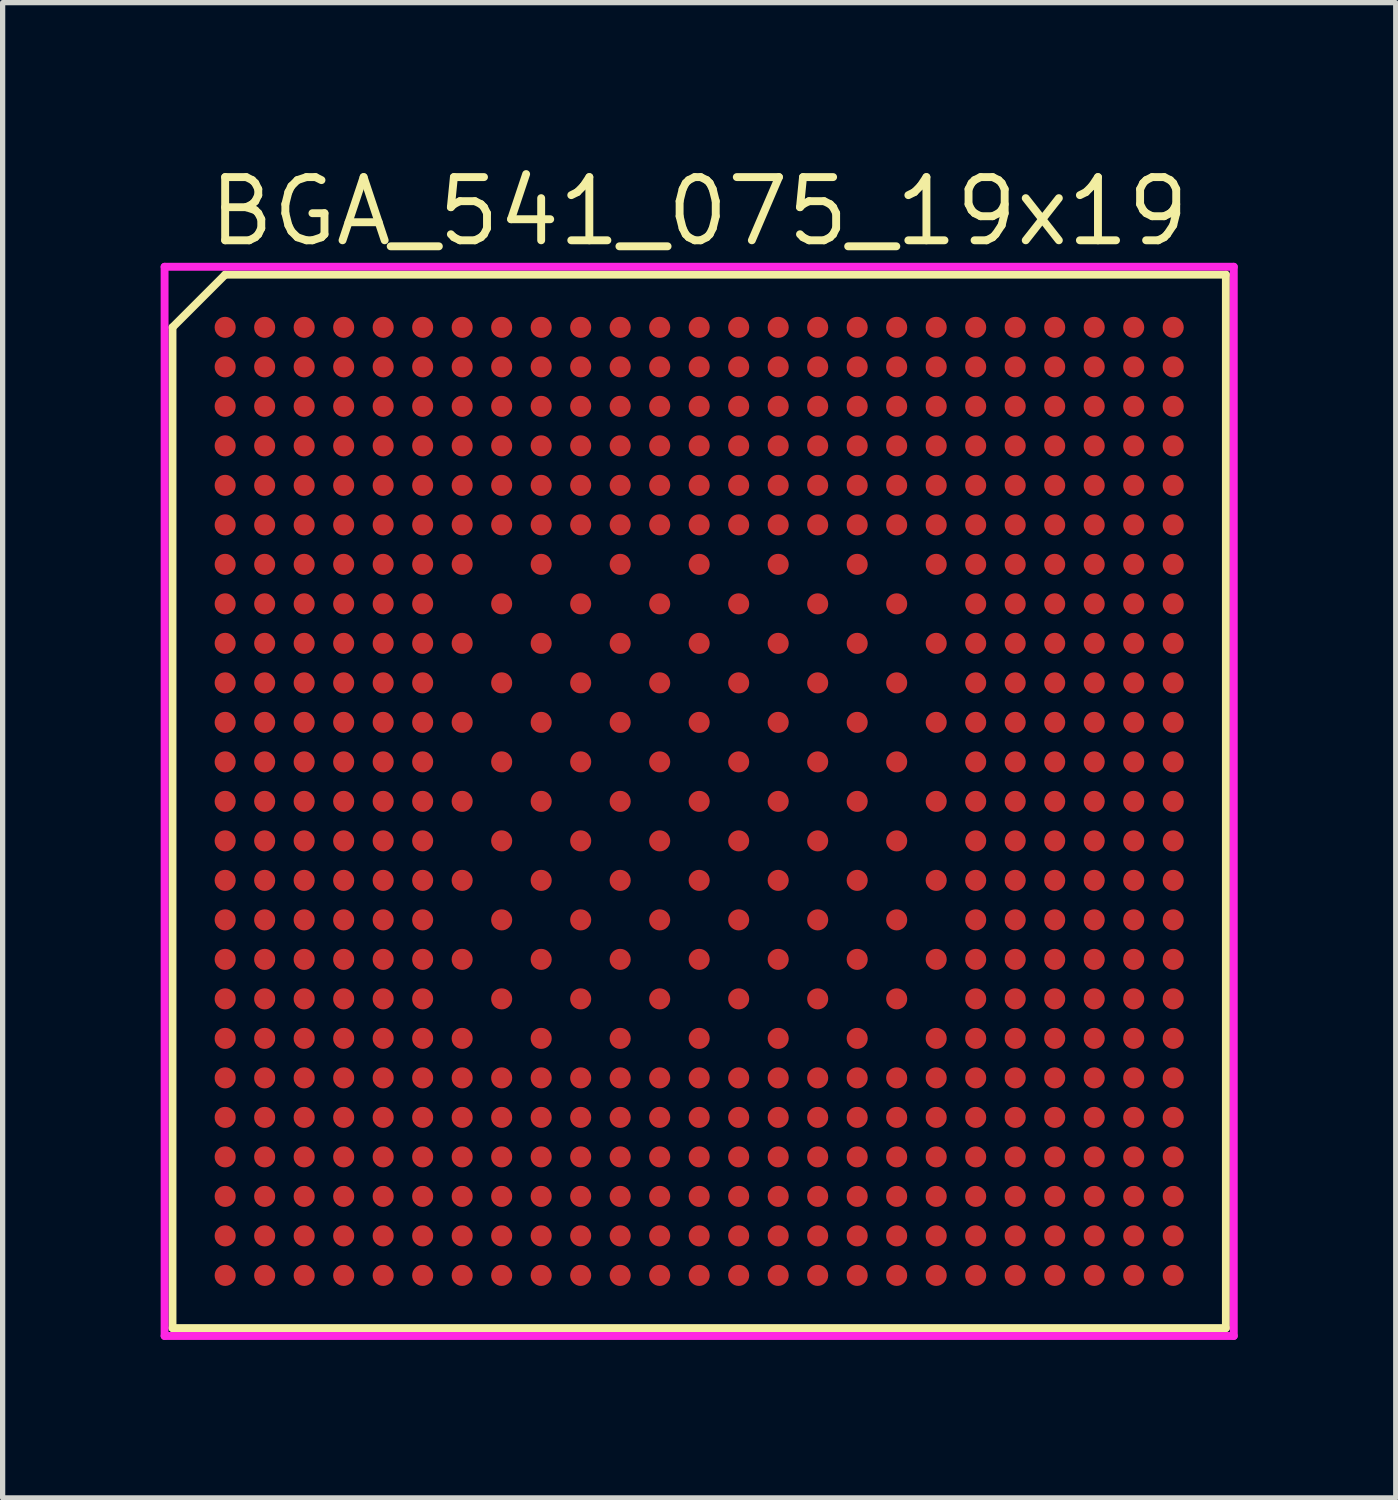
<source format=kicad_pcb>
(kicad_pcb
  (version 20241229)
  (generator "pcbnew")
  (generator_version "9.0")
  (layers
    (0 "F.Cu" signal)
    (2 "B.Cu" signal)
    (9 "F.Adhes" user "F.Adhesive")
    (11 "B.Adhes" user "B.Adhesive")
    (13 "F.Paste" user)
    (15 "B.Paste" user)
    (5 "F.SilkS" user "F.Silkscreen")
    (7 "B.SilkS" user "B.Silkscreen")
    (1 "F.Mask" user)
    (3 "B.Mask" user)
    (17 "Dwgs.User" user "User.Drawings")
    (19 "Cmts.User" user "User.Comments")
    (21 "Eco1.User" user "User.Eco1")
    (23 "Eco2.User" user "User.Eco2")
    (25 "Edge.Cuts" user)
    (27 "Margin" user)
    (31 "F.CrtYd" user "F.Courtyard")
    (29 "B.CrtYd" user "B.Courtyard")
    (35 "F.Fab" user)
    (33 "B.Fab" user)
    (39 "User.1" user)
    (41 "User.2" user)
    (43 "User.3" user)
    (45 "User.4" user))
  (footprint "BGA_541_075_19x19"
    (layer "F.Cu")
    (at 10.225 12.165)
    (property "Reference" "BGA_541_075_19x19" (at 0 -11.2 0) (layer "F.SilkS") (effects (font (size 1.2 1.2) (thickness 0.15))))
    (attr through_hole)
    (fp_line (start -10 -9) (end -10 10) (stroke (width 0.15) (type solid)) (layer "F.SilkS"))
    (fp_line (start -10 10) (end 10 10) (stroke (width 0.15) (type solid)) (layer "F.SilkS"))
    (fp_line (start -9 -10) (end -10 -9) (stroke (width 0.15) (type solid)) (layer "F.SilkS"))
    (fp_line (start 10 -10) (end -9 -10) (stroke (width 0.15) (type solid)) (layer "F.SilkS"))
    (fp_line (start 10 10) (end 10 -10) (stroke (width 0.15) (type solid)) (layer "F.SilkS"))
    (fp_line (start -10.15 -10.15) (end 10.15 -10.15) (stroke (width 0.15) (type solid)) (layer "F.CrtYd"))
    (fp_line (start -10.15 10.15) (end -10.15 -10.15) (stroke (width 0.15) (type solid)) (layer "F.CrtYd"))
    (fp_line (start 10.15 -10.15) (end 10.15 10.15) (stroke (width 0.15) (type solid)) (layer "F.CrtYd"))
    (fp_line (start 10.15 10.15) (end -10.15 10.15) (stroke (width 0.15) (type solid)) (layer "F.CrtYd"))
    (pad "A1" smd circle (at -9 -9) (size 0.4 0.4) (layers "F.Cu" "F.Mask" "F.Paste"))
    (pad "A2" smd circle (at -8.25 -9) (size 0.4 0.4) (layers "F.Cu" "F.Mask" "F.Paste"))
    (pad "A3" smd circle (at -7.5 -9) (size 0.4 0.4) (layers "F.Cu" "F.Mask" "F.Paste"))
    (pad "A4" smd circle (at -6.75 -9) (size 0.4 0.4) (layers "F.Cu" "F.Mask" "F.Paste"))
    (pad "A5" smd circle (at -6 -9) (size 0.4 0.4) (layers "F.Cu" "F.Mask" "F.Paste"))
    (pad "A6" smd circle (at -5.25 -9) (size 0.4 0.4) (layers "F.Cu" "F.Mask" "F.Paste"))
    (pad "A7" smd circle (at -4.5 -9) (size 0.4 0.4) (layers "F.Cu" "F.Mask" "F.Paste"))
    (pad "A8" smd circle (at -3.75 -9) (size 0.4 0.4) (layers "F.Cu" "F.Mask" "F.Paste"))
    (pad "A9" smd circle (at -3 -9) (size 0.4 0.4) (layers "F.Cu" "F.Mask" "F.Paste"))
    (pad "A10" smd circle (at -2.25 -9) (size 0.4 0.4) (layers "F.Cu" "F.Mask" "F.Paste"))
    (pad "A11" smd circle (at -1.5 -9) (size 0.4 0.4) (layers "F.Cu" "F.Mask" "F.Paste"))
    (pad "A12" smd circle (at -0.75 -9) (size 0.4 0.4) (layers "F.Cu" "F.Mask" "F.Paste"))
    (pad "A13" smd circle (at 0 -9) (size 0.4 0.4) (layers "F.Cu" "F.Mask" "F.Paste"))
    (pad "A14" smd circle (at 0.75 -9) (size 0.4 0.4) (layers "F.Cu" "F.Mask" "F.Paste"))
    (pad "A15" smd circle (at 1.5 -9) (size 0.4 0.4) (layers "F.Cu" "F.Mask" "F.Paste"))
    (pad "A16" smd circle (at 2.25 -9) (size 0.4 0.4) (layers "F.Cu" "F.Mask" "F.Paste"))
    (pad "A17" smd circle (at 3 -9) (size 0.4 0.4) (layers "F.Cu" "F.Mask" "F.Paste"))
    (pad "A18" smd circle (at 3.75 -9) (size 0.4 0.4) (layers "F.Cu" "F.Mask" "F.Paste"))
    (pad "A19" smd circle (at 4.5 -9) (size 0.4 0.4) (layers "F.Cu" "F.Mask" "F.Paste"))
    (pad "A20" smd circle (at 5.25 -9) (size 0.4 0.4) (layers "F.Cu" "F.Mask" "F.Paste"))
    (pad "A21" smd circle (at 6 -9) (size 0.4 0.4) (layers "F.Cu" "F.Mask" "F.Paste"))
    (pad "A22" smd circle (at 6.75 -9) (size 0.4 0.4) (layers "F.Cu" "F.Mask" "F.Paste"))
    (pad "A23" smd circle (at 7.5 -9) (size 0.4 0.4) (layers "F.Cu" "F.Mask" "F.Paste"))
    (pad "A24" smd circle (at 8.25 -9) (size 0.4 0.4) (layers "F.Cu" "F.Mask" "F.Paste"))
    (pad "A25" smd circle (at 9 -9) (size 0.4 0.4) (layers "F.Cu" "F.Mask" "F.Paste"))
    (pad "AA1" smd circle (at -9 6) (size 0.4 0.4) (layers "F.Cu" "F.Mask" "F.Paste"))
    (pad "AA2" smd circle (at -8.25 6) (size 0.4 0.4) (layers "F.Cu" "F.Mask" "F.Paste"))
    (pad "AA3" smd circle (at -7.5 6) (size 0.4 0.4) (layers "F.Cu" "F.Mask" "F.Paste"))
    (pad "AA4" smd circle (at -6.75 6) (size 0.4 0.4) (layers "F.Cu" "F.Mask" "F.Paste"))
    (pad "AA5" smd circle (at -6 6) (size 0.4 0.4) (layers "F.Cu" "F.Mask" "F.Paste"))
    (pad "AA6" smd circle (at -5.25 6) (size 0.4 0.4) (layers "F.Cu" "F.Mask" "F.Paste"))
    (pad "AA7" smd circle (at -4.5 6) (size 0.4 0.4) (layers "F.Cu" "F.Mask" "F.Paste"))
    (pad "AA8" smd circle (at -3.75 6) (size 0.4 0.4) (layers "F.Cu" "F.Mask" "F.Paste"))
    (pad "AA9" smd circle (at -3 6) (size 0.4 0.4) (layers "F.Cu" "F.Mask" "F.Paste"))
    (pad "AA10" smd circle (at -2.25 6) (size 0.4 0.4) (layers "F.Cu" "F.Mask" "F.Paste"))
    (pad "AA11" smd circle (at -1.5 6) (size 0.4 0.4) (layers "F.Cu" "F.Mask" "F.Paste"))
    (pad "AA12" smd circle (at -0.75 6) (size 0.4 0.4) (layers "F.Cu" "F.Mask" "F.Paste"))
    (pad "AA13" smd circle (at 0 6) (size 0.4 0.4) (layers "F.Cu" "F.Mask" "F.Paste"))
    (pad "AA14" smd circle (at 0.75 6) (size 0.4 0.4) (layers "F.Cu" "F.Mask" "F.Paste"))
    (pad "AA15" smd circle (at 1.5 6) (size 0.4 0.4) (layers "F.Cu" "F.Mask" "F.Paste"))
    (pad "AA16" smd circle (at 2.25 6) (size 0.4 0.4) (layers "F.Cu" "F.Mask" "F.Paste"))
    (pad "AA17" smd circle (at 3 6) (size 0.4 0.4) (layers "F.Cu" "F.Mask" "F.Paste"))
    (pad "AA18" smd circle (at 3.75 6) (size 0.4 0.4) (layers "F.Cu" "F.Mask" "F.Paste"))
    (pad "AA19" smd circle (at 4.5 6) (size 0.4 0.4) (layers "F.Cu" "F.Mask" "F.Paste"))
    (pad "AA20" smd circle (at 5.25 6) (size 0.4 0.4) (layers "F.Cu" "F.Mask" "F.Paste"))
    (pad "AA21" smd circle (at 6 6) (size 0.4 0.4) (layers "F.Cu" "F.Mask" "F.Paste"))
    (pad "AA22" smd circle (at 6.75 6) (size 0.4 0.4) (layers "F.Cu" "F.Mask" "F.Paste"))
    (pad "AA23" smd circle (at 7.5 6) (size 0.4 0.4) (layers "F.Cu" "F.Mask" "F.Paste"))
    (pad "AA24" smd circle (at 8.25 6) (size 0.4 0.4) (layers "F.Cu" "F.Mask" "F.Paste"))
    (pad "AA25" smd circle (at 9 6) (size 0.4 0.4) (layers "F.Cu" "F.Mask" "F.Paste"))
    (pad "AB1" smd circle (at -9 6.75) (size 0.4 0.4) (layers "F.Cu" "F.Mask" "F.Paste"))
    (pad "AB2" smd circle (at -8.25 6.75) (size 0.4 0.4) (layers "F.Cu" "F.Mask" "F.Paste"))
    (pad "AB3" smd circle (at -7.5 6.75) (size 0.4 0.4) (layers "F.Cu" "F.Mask" "F.Paste"))
    (pad "AB4" smd circle (at -6.75 6.75) (size 0.4 0.4) (layers "F.Cu" "F.Mask" "F.Paste"))
    (pad "AB5" smd circle (at -6 6.75) (size 0.4 0.4) (layers "F.Cu" "F.Mask" "F.Paste"))
    (pad "AB6" smd circle (at -5.25 6.75) (size 0.4 0.4) (layers "F.Cu" "F.Mask" "F.Paste"))
    (pad "AB7" smd circle (at -4.5 6.75) (size 0.4 0.4) (layers "F.Cu" "F.Mask" "F.Paste"))
    (pad "AB8" smd circle (at -3.75 6.75) (size 0.4 0.4) (layers "F.Cu" "F.Mask" "F.Paste"))
    (pad "AB9" smd circle (at -3 6.75) (size 0.4 0.4) (layers "F.Cu" "F.Mask" "F.Paste"))
    (pad "AB10" smd circle (at -2.25 6.75) (size 0.4 0.4) (layers "F.Cu" "F.Mask" "F.Paste"))
    (pad "AB11" smd circle (at -1.5 6.75) (size 0.4 0.4) (layers "F.Cu" "F.Mask" "F.Paste"))
    (pad "AB12" smd circle (at -0.75 6.75) (size 0.4 0.4) (layers "F.Cu" "F.Mask" "F.Paste"))
    (pad "AB13" smd circle (at 0 6.75) (size 0.4 0.4) (layers "F.Cu" "F.Mask" "F.Paste"))
    (pad "AB14" smd circle (at 0.75 6.75) (size 0.4 0.4) (layers "F.Cu" "F.Mask" "F.Paste"))
    (pad "AB15" smd circle (at 1.5 6.75) (size 0.4 0.4) (layers "F.Cu" "F.Mask" "F.Paste"))
    (pad "AB16" smd circle (at 2.25 6.75) (size 0.4 0.4) (layers "F.Cu" "F.Mask" "F.Paste"))
    (pad "AB17" smd circle (at 3 6.75) (size 0.4 0.4) (layers "F.Cu" "F.Mask" "F.Paste"))
    (pad "AB18" smd circle (at 3.75 6.75) (size 0.4 0.4) (layers "F.Cu" "F.Mask" "F.Paste"))
    (pad "AB19" smd circle (at 4.5 6.75) (size 0.4 0.4) (layers "F.Cu" "F.Mask" "F.Paste"))
    (pad "AB20" smd circle (at 5.25 6.75) (size 0.4 0.4) (layers "F.Cu" "F.Mask" "F.Paste"))
    (pad "AB21" smd circle (at 6 6.75) (size 0.4 0.4) (layers "F.Cu" "F.Mask" "F.Paste"))
    (pad "AB22" smd circle (at 6.75 6.75) (size 0.4 0.4) (layers "F.Cu" "F.Mask" "F.Paste"))
    (pad "AB23" smd circle (at 7.5 6.75) (size 0.4 0.4) (layers "F.Cu" "F.Mask" "F.Paste"))
    (pad "AB24" smd circle (at 8.25 6.75) (size 0.4 0.4) (layers "F.Cu" "F.Mask" "F.Paste"))
    (pad "AB25" smd circle (at 9 6.75) (size 0.4 0.4) (layers "F.Cu" "F.Mask" "F.Paste"))
    (pad "AC1" smd circle (at -9 7.5) (size 0.4 0.4) (layers "F.Cu" "F.Mask" "F.Paste"))
    (pad "AC2" smd circle (at -8.25 7.5) (size 0.4 0.4) (layers "F.Cu" "F.Mask" "F.Paste"))
    (pad "AC3" smd circle (at -7.5 7.5) (size 0.4 0.4) (layers "F.Cu" "F.Mask" "F.Paste"))
    (pad "AC4" smd circle (at -6.75 7.5) (size 0.4 0.4) (layers "F.Cu" "F.Mask" "F.Paste"))
    (pad "AC5" smd circle (at -6 7.5) (size 0.4 0.4) (layers "F.Cu" "F.Mask" "F.Paste"))
    (pad "AC6" smd circle (at -5.25 7.5) (size 0.4 0.4) (layers "F.Cu" "F.Mask" "F.Paste"))
    (pad "AC7" smd circle (at -4.5 7.5) (size 0.4 0.4) (layers "F.Cu" "F.Mask" "F.Paste"))
    (pad "AC8" smd circle (at -3.75 7.5) (size 0.4 0.4) (layers "F.Cu" "F.Mask" "F.Paste"))
    (pad "AC9" smd circle (at -3 7.5) (size 0.4 0.4) (layers "F.Cu" "F.Mask" "F.Paste"))
    (pad "AC10" smd circle (at -2.25 7.5) (size 0.4 0.4) (layers "F.Cu" "F.Mask" "F.Paste"))
    (pad "AC11" smd circle (at -1.5 7.5) (size 0.4 0.4) (layers "F.Cu" "F.Mask" "F.Paste"))
    (pad "AC12" smd circle (at -0.75 7.5) (size 0.4 0.4) (layers "F.Cu" "F.Mask" "F.Paste"))
    (pad "AC13" smd circle (at 0 7.5) (size 0.4 0.4) (layers "F.Cu" "F.Mask" "F.Paste"))
    (pad "AC14" smd circle (at 0.75 7.5) (size 0.4 0.4) (layers "F.Cu" "F.Mask" "F.Paste"))
    (pad "AC15" smd circle (at 1.5 7.5) (size 0.4 0.4) (layers "F.Cu" "F.Mask" "F.Paste"))
    (pad "AC16" smd circle (at 2.25 7.5) (size 0.4 0.4) (layers "F.Cu" "F.Mask" "F.Paste"))
    (pad "AC17" smd circle (at 3 7.5) (size 0.4 0.4) (layers "F.Cu" "F.Mask" "F.Paste"))
    (pad "AC18" smd circle (at 3.75 7.5) (size 0.4 0.4) (layers "F.Cu" "F.Mask" "F.Paste"))
    (pad "AC19" smd circle (at 4.5 7.5) (size 0.4 0.4) (layers "F.Cu" "F.Mask" "F.Paste"))
    (pad "AC20" smd circle (at 5.25 7.5) (size 0.4 0.4) (layers "F.Cu" "F.Mask" "F.Paste"))
    (pad "AC21" smd circle (at 6 7.5) (size 0.4 0.4) (layers "F.Cu" "F.Mask" "F.Paste"))
    (pad "AC22" smd circle (at 6.75 7.5) (size 0.4 0.4) (layers "F.Cu" "F.Mask" "F.Paste"))
    (pad "AC23" smd circle (at 7.5 7.5) (size 0.4 0.4) (layers "F.Cu" "F.Mask" "F.Paste"))
    (pad "AC24" smd circle (at 8.25 7.5) (size 0.4 0.4) (layers "F.Cu" "F.Mask" "F.Paste"))
    (pad "AC25" smd circle (at 9 7.5) (size 0.4 0.4) (layers "F.Cu" "F.Mask" "F.Paste"))
    (pad "AD1" smd circle (at -9 8.25) (size 0.4 0.4) (layers "F.Cu" "F.Mask" "F.Paste"))
    (pad "AD2" smd circle (at -8.25 8.25) (size 0.4 0.4) (layers "F.Cu" "F.Mask" "F.Paste"))
    (pad "AD3" smd circle (at -7.5 8.25) (size 0.4 0.4) (layers "F.Cu" "F.Mask" "F.Paste"))
    (pad "AD4" smd circle (at -6.75 8.25) (size 0.4 0.4) (layers "F.Cu" "F.Mask" "F.Paste"))
    (pad "AD5" smd circle (at -6 8.25) (size 0.4 0.4) (layers "F.Cu" "F.Mask" "F.Paste"))
    (pad "AD6" smd circle (at -5.25 8.25) (size 0.4 0.4) (layers "F.Cu" "F.Mask" "F.Paste"))
    (pad "AD7" smd circle (at -4.5 8.25) (size 0.4 0.4) (layers "F.Cu" "F.Mask" "F.Paste"))
    (pad "AD8" smd circle (at -3.75 8.25) (size 0.4 0.4) (layers "F.Cu" "F.Mask" "F.Paste"))
    (pad "AD9" smd circle (at -3 8.25) (size 0.4 0.4) (layers "F.Cu" "F.Mask" "F.Paste"))
    (pad "AD10" smd circle (at -2.25 8.25) (size 0.4 0.4) (layers "F.Cu" "F.Mask" "F.Paste"))
    (pad "AD11" smd circle (at -1.5 8.25) (size 0.4 0.4) (layers "F.Cu" "F.Mask" "F.Paste"))
    (pad "AD12" smd circle (at -0.75 8.25) (size 0.4 0.4) (layers "F.Cu" "F.Mask" "F.Paste"))
    (pad "AD13" smd circle (at 0 8.25) (size 0.4 0.4) (layers "F.Cu" "F.Mask" "F.Paste"))
    (pad "AD14" smd circle (at 0.75 8.25) (size 0.4 0.4) (layers "F.Cu" "F.Mask" "F.Paste"))
    (pad "AD15" smd circle (at 1.5 8.25) (size 0.4 0.4) (layers "F.Cu" "F.Mask" "F.Paste"))
    (pad "AD16" smd circle (at 2.25 8.25) (size 0.4 0.4) (layers "F.Cu" "F.Mask" "F.Paste"))
    (pad "AD17" smd circle (at 3 8.25) (size 0.4 0.4) (layers "F.Cu" "F.Mask" "F.Paste"))
    (pad "AD18" smd circle (at 3.75 8.25) (size 0.4 0.4) (layers "F.Cu" "F.Mask" "F.Paste"))
    (pad "AD19" smd circle (at 4.5 8.25) (size 0.4 0.4) (layers "F.Cu" "F.Mask" "F.Paste"))
    (pad "AD20" smd circle (at 5.25 8.25) (size 0.4 0.4) (layers "F.Cu" "F.Mask" "F.Paste"))
    (pad "AD21" smd circle (at 6 8.25) (size 0.4 0.4) (layers "F.Cu" "F.Mask" "F.Paste"))
    (pad "AD22" smd circle (at 6.75 8.25) (size 0.4 0.4) (layers "F.Cu" "F.Mask" "F.Paste"))
    (pad "AD23" smd circle (at 7.5 8.25) (size 0.4 0.4) (layers "F.Cu" "F.Mask" "F.Paste"))
    (pad "AD24" smd circle (at 8.25 8.25) (size 0.4 0.4) (layers "F.Cu" "F.Mask" "F.Paste"))
    (pad "AD25" smd circle (at 9 8.25) (size 0.4 0.4) (layers "F.Cu" "F.Mask" "F.Paste"))
    (pad "AE1" smd circle (at -9 9) (size 0.4 0.4) (layers "F.Cu" "F.Mask" "F.Paste"))
    (pad "AE2" smd circle (at -8.25 9) (size 0.4 0.4) (layers "F.Cu" "F.Mask" "F.Paste"))
    (pad "AE3" smd circle (at -7.5 9) (size 0.4 0.4) (layers "F.Cu" "F.Mask" "F.Paste"))
    (pad "AE4" smd circle (at -6.75 9) (size 0.4 0.4) (layers "F.Cu" "F.Mask" "F.Paste"))
    (pad "AE5" smd circle (at -6 9) (size 0.4 0.4) (layers "F.Cu" "F.Mask" "F.Paste"))
    (pad "AE6" smd circle (at -5.25 9) (size 0.4 0.4) (layers "F.Cu" "F.Mask" "F.Paste"))
    (pad "AE7" smd circle (at -4.5 9) (size 0.4 0.4) (layers "F.Cu" "F.Mask" "F.Paste"))
    (pad "AE8" smd circle (at -3.75 9) (size 0.4 0.4) (layers "F.Cu" "F.Mask" "F.Paste"))
    (pad "AE9" smd circle (at -3 9) (size 0.4 0.4) (layers "F.Cu" "F.Mask" "F.Paste"))
    (pad "AE10" smd circle (at -2.25 9) (size 0.4 0.4) (layers "F.Cu" "F.Mask" "F.Paste"))
    (pad "AE11" smd circle (at -1.5 9) (size 0.4 0.4) (layers "F.Cu" "F.Mask" "F.Paste"))
    (pad "AE12" smd circle (at -0.75 9) (size 0.4 0.4) (layers "F.Cu" "F.Mask" "F.Paste"))
    (pad "AE13" smd circle (at 0 9) (size 0.4 0.4) (layers "F.Cu" "F.Mask" "F.Paste"))
    (pad "AE14" smd circle (at 0.75 9) (size 0.4 0.4) (layers "F.Cu" "F.Mask" "F.Paste"))
    (pad "AE15" smd circle (at 1.5 9) (size 0.4 0.4) (layers "F.Cu" "F.Mask" "F.Paste"))
    (pad "AE16" smd circle (at 2.25 9) (size 0.4 0.4) (layers "F.Cu" "F.Mask" "F.Paste"))
    (pad "AE17" smd circle (at 3 9) (size 0.4 0.4) (layers "F.Cu" "F.Mask" "F.Paste"))
    (pad "AE18" smd circle (at 3.75 9) (size 0.4 0.4) (layers "F.Cu" "F.Mask" "F.Paste"))
    (pad "AE19" smd circle (at 4.5 9) (size 0.4 0.4) (layers "F.Cu" "F.Mask" "F.Paste"))
    (pad "AE20" smd circle (at 5.25 9) (size 0.4 0.4) (layers "F.Cu" "F.Mask" "F.Paste"))
    (pad "AE21" smd circle (at 6 9) (size 0.4 0.4) (layers "F.Cu" "F.Mask" "F.Paste"))
    (pad "AE22" smd circle (at 6.75 9) (size 0.4 0.4) (layers "F.Cu" "F.Mask" "F.Paste"))
    (pad "AE23" smd circle (at 7.5 9) (size 0.4 0.4) (layers "F.Cu" "F.Mask" "F.Paste"))
    (pad "AE24" smd circle (at 8.25 9) (size 0.4 0.4) (layers "F.Cu" "F.Mask" "F.Paste"))
    (pad "AE25" smd circle (at 9 9) (size 0.4 0.4) (layers "F.Cu" "F.Mask" "F.Paste"))
    (pad "B1" smd circle (at -9 -8.25) (size 0.4 0.4) (layers "F.Cu" "F.Mask" "F.Paste"))
    (pad "B2" smd circle (at -8.25 -8.25) (size 0.4 0.4) (layers "F.Cu" "F.Mask" "F.Paste"))
    (pad "B3" smd circle (at -7.5 -8.25) (size 0.4 0.4) (layers "F.Cu" "F.Mask" "F.Paste"))
    (pad "B4" smd circle (at -6.75 -8.25) (size 0.4 0.4) (layers "F.Cu" "F.Mask" "F.Paste"))
    (pad "B5" smd circle (at -6 -8.25) (size 0.4 0.4) (layers "F.Cu" "F.Mask" "F.Paste"))
    (pad "B6" smd circle (at -5.25 -8.25) (size 0.4 0.4) (layers "F.Cu" "F.Mask" "F.Paste"))
    (pad "B7" smd circle (at -4.5 -8.25) (size 0.4 0.4) (layers "F.Cu" "F.Mask" "F.Paste"))
    (pad "B8" smd circle (at -3.75 -8.25) (size 0.4 0.4) (layers "F.Cu" "F.Mask" "F.Paste"))
    (pad "B9" smd circle (at -3 -8.25) (size 0.4 0.4) (layers "F.Cu" "F.Mask" "F.Paste"))
    (pad "B10" smd circle (at -2.25 -8.25) (size 0.4 0.4) (layers "F.Cu" "F.Mask" "F.Paste"))
    (pad "B11" smd circle (at -1.5 -8.25) (size 0.4 0.4) (layers "F.Cu" "F.Mask" "F.Paste"))
    (pad "B12" smd circle (at -0.75 -8.25) (size 0.4 0.4) (layers "F.Cu" "F.Mask" "F.Paste"))
    (pad "B13" smd circle (at 0 -8.25) (size 0.4 0.4) (layers "F.Cu" "F.Mask" "F.Paste"))
    (pad "B14" smd circle (at 0.75 -8.25) (size 0.4 0.4) (layers "F.Cu" "F.Mask" "F.Paste"))
    (pad "B15" smd circle (at 1.5 -8.25) (size 0.4 0.4) (layers "F.Cu" "F.Mask" "F.Paste"))
    (pad "B16" smd circle (at 2.25 -8.25) (size 0.4 0.4) (layers "F.Cu" "F.Mask" "F.Paste"))
    (pad "B17" smd circle (at 3 -8.25) (size 0.4 0.4) (layers "F.Cu" "F.Mask" "F.Paste"))
    (pad "B18" smd circle (at 3.75 -8.25) (size 0.4 0.4) (layers "F.Cu" "F.Mask" "F.Paste"))
    (pad "B19" smd circle (at 4.5 -8.25) (size 0.4 0.4) (layers "F.Cu" "F.Mask" "F.Paste"))
    (pad "B20" smd circle (at 5.25 -8.25) (size 0.4 0.4) (layers "F.Cu" "F.Mask" "F.Paste"))
    (pad "B21" smd circle (at 6 -8.25) (size 0.4 0.4) (layers "F.Cu" "F.Mask" "F.Paste"))
    (pad "B22" smd circle (at 6.75 -8.25) (size 0.4 0.4) (layers "F.Cu" "F.Mask" "F.Paste"))
    (pad "B23" smd circle (at 7.5 -8.25) (size 0.4 0.4) (layers "F.Cu" "F.Mask" "F.Paste"))
    (pad "B24" smd circle (at 8.25 -8.25) (size 0.4 0.4) (layers "F.Cu" "F.Mask" "F.Paste"))
    (pad "B25" smd circle (at 9 -8.25) (size 0.4 0.4) (layers "F.Cu" "F.Mask" "F.Paste"))
    (pad "C1" smd circle (at -9 -7.5) (size 0.4 0.4) (layers "F.Cu" "F.Mask" "F.Paste"))
    (pad "C2" smd circle (at -8.25 -7.5) (size 0.4 0.4) (layers "F.Cu" "F.Mask" "F.Paste"))
    (pad "C3" smd circle (at -7.5 -7.5) (size 0.4 0.4) (layers "F.Cu" "F.Mask" "F.Paste"))
    (pad "C4" smd circle (at -6.75 -7.5) (size 0.4 0.4) (layers "F.Cu" "F.Mask" "F.Paste"))
    (pad "C5" smd circle (at -6 -7.5) (size 0.4 0.4) (layers "F.Cu" "F.Mask" "F.Paste"))
    (pad "C6" smd circle (at -5.25 -7.5) (size 0.4 0.4) (layers "F.Cu" "F.Mask" "F.Paste"))
    (pad "C7" smd circle (at -4.5 -7.5) (size 0.4 0.4) (layers "F.Cu" "F.Mask" "F.Paste"))
    (pad "C8" smd circle (at -3.75 -7.5) (size 0.4 0.4) (layers "F.Cu" "F.Mask" "F.Paste"))
    (pad "C9" smd circle (at -3 -7.5) (size 0.4 0.4) (layers "F.Cu" "F.Mask" "F.Paste"))
    (pad "C10" smd circle (at -2.25 -7.5) (size 0.4 0.4) (layers "F.Cu" "F.Mask" "F.Paste"))
    (pad "C11" smd circle (at -1.5 -7.5) (size 0.4 0.4) (layers "F.Cu" "F.Mask" "F.Paste"))
    (pad "C12" smd circle (at -0.75 -7.5) (size 0.4 0.4) (layers "F.Cu" "F.Mask" "F.Paste"))
    (pad "C13" smd circle (at 0 -7.5) (size 0.4 0.4) (layers "F.Cu" "F.Mask" "F.Paste"))
    (pad "C14" smd circle (at 0.75 -7.5) (size 0.4 0.4) (layers "F.Cu" "F.Mask" "F.Paste"))
    (pad "C15" smd circle (at 1.5 -7.5) (size 0.4 0.4) (layers "F.Cu" "F.Mask" "F.Paste"))
    (pad "C16" smd circle (at 2.25 -7.5) (size 0.4 0.4) (layers "F.Cu" "F.Mask" "F.Paste"))
    (pad "C17" smd circle (at 3 -7.5) (size 0.4 0.4) (layers "F.Cu" "F.Mask" "F.Paste"))
    (pad "C18" smd circle (at 3.75 -7.5) (size 0.4 0.4) (layers "F.Cu" "F.Mask" "F.Paste"))
    (pad "C19" smd circle (at 4.5 -7.5) (size 0.4 0.4) (layers "F.Cu" "F.Mask" "F.Paste"))
    (pad "C20" smd circle (at 5.25 -7.5) (size 0.4 0.4) (layers "F.Cu" "F.Mask" "F.Paste"))
    (pad "C21" smd circle (at 6 -7.5) (size 0.4 0.4) (layers "F.Cu" "F.Mask" "F.Paste"))
    (pad "C22" smd circle (at 6.75 -7.5) (size 0.4 0.4) (layers "F.Cu" "F.Mask" "F.Paste"))
    (pad "C23" smd circle (at 7.5 -7.5) (size 0.4 0.4) (layers "F.Cu" "F.Mask" "F.Paste"))
    (pad "C24" smd circle (at 8.25 -7.5) (size 0.4 0.4) (layers "F.Cu" "F.Mask" "F.Paste"))
    (pad "C25" smd circle (at 9 -7.5) (size 0.4 0.4) (layers "F.Cu" "F.Mask" "F.Paste"))
    (pad "D1" smd circle (at -9 -6.75) (size 0.4 0.4) (layers "F.Cu" "F.Mask" "F.Paste"))
    (pad "D2" smd circle (at -8.25 -6.75) (size 0.4 0.4) (layers "F.Cu" "F.Mask" "F.Paste"))
    (pad "D3" smd circle (at -7.5 -6.75) (size 0.4 0.4) (layers "F.Cu" "F.Mask" "F.Paste"))
    (pad "D4" smd circle (at -6.75 -6.75) (size 0.4 0.4) (layers "F.Cu" "F.Mask" "F.Paste"))
    (pad "D5" smd circle (at -6 -6.75) (size 0.4 0.4) (layers "F.Cu" "F.Mask" "F.Paste"))
    (pad "D6" smd circle (at -5.25 -6.75) (size 0.4 0.4) (layers "F.Cu" "F.Mask" "F.Paste"))
    (pad "D7" smd circle (at -4.5 -6.75) (size 0.4 0.4) (layers "F.Cu" "F.Mask" "F.Paste"))
    (pad "D8" smd circle (at -3.75 -6.75) (size 0.4 0.4) (layers "F.Cu" "F.Mask" "F.Paste"))
    (pad "D9" smd circle (at -3 -6.75) (size 0.4 0.4) (layers "F.Cu" "F.Mask" "F.Paste"))
    (pad "D10" smd circle (at -2.25 -6.75) (size 0.4 0.4) (layers "F.Cu" "F.Mask" "F.Paste"))
    (pad "D11" smd circle (at -1.5 -6.75) (size 0.4 0.4) (layers "F.Cu" "F.Mask" "F.Paste"))
    (pad "D12" smd circle (at -0.75 -6.75) (size 0.4 0.4) (layers "F.Cu" "F.Mask" "F.Paste"))
    (pad "D13" smd circle (at 0 -6.75) (size 0.4 0.4) (layers "F.Cu" "F.Mask" "F.Paste"))
    (pad "D14" smd circle (at 0.75 -6.75) (size 0.4 0.4) (layers "F.Cu" "F.Mask" "F.Paste"))
    (pad "D15" smd circle (at 1.5 -6.75) (size 0.4 0.4) (layers "F.Cu" "F.Mask" "F.Paste"))
    (pad "D16" smd circle (at 2.25 -6.75) (size 0.4 0.4) (layers "F.Cu" "F.Mask" "F.Paste"))
    (pad "D17" smd circle (at 3 -6.75) (size 0.4 0.4) (layers "F.Cu" "F.Mask" "F.Paste"))
    (pad "D18" smd circle (at 3.75 -6.75) (size 0.4 0.4) (layers "F.Cu" "F.Mask" "F.Paste"))
    (pad "D19" smd circle (at 4.5 -6.75) (size 0.4 0.4) (layers "F.Cu" "F.Mask" "F.Paste"))
    (pad "D20" smd circle (at 5.25 -6.75) (size 0.4 0.4) (layers "F.Cu" "F.Mask" "F.Paste"))
    (pad "D21" smd circle (at 6 -6.75) (size 0.4 0.4) (layers "F.Cu" "F.Mask" "F.Paste"))
    (pad "D22" smd circle (at 6.75 -6.75) (size 0.4 0.4) (layers "F.Cu" "F.Mask" "F.Paste"))
    (pad "D23" smd circle (at 7.5 -6.75) (size 0.4 0.4) (layers "F.Cu" "F.Mask" "F.Paste"))
    (pad "D24" smd circle (at 8.25 -6.75) (size 0.4 0.4) (layers "F.Cu" "F.Mask" "F.Paste"))
    (pad "D25" smd circle (at 9 -6.75) (size 0.4 0.4) (layers "F.Cu" "F.Mask" "F.Paste"))
    (pad "E1" smd circle (at -9 -6) (size 0.4 0.4) (layers "F.Cu" "F.Mask" "F.Paste"))
    (pad "E2" smd circle (at -8.25 -6) (size 0.4 0.4) (layers "F.Cu" "F.Mask" "F.Paste"))
    (pad "E3" smd circle (at -7.5 -6) (size 0.4 0.4) (layers "F.Cu" "F.Mask" "F.Paste"))
    (pad "E4" smd circle (at -6.75 -6) (size 0.4 0.4) (layers "F.Cu" "F.Mask" "F.Paste"))
    (pad "E5" smd circle (at -6 -6) (size 0.4 0.4) (layers "F.Cu" "F.Mask" "F.Paste"))
    (pad "E6" smd circle (at -5.25 -6) (size 0.4 0.4) (layers "F.Cu" "F.Mask" "F.Paste"))
    (pad "E7" smd circle (at -4.5 -6) (size 0.4 0.4) (layers "F.Cu" "F.Mask" "F.Paste"))
    (pad "E8" smd circle (at -3.75 -6) (size 0.4 0.4) (layers "F.Cu" "F.Mask" "F.Paste"))
    (pad "E9" smd circle (at -3 -6) (size 0.4 0.4) (layers "F.Cu" "F.Mask" "F.Paste"))
    (pad "E10" smd circle (at -2.25 -6) (size 0.4 0.4) (layers "F.Cu" "F.Mask" "F.Paste"))
    (pad "E11" smd circle (at -1.5 -6) (size 0.4 0.4) (layers "F.Cu" "F.Mask" "F.Paste"))
    (pad "E12" smd circle (at -0.75 -6) (size 0.4 0.4) (layers "F.Cu" "F.Mask" "F.Paste"))
    (pad "E13" smd circle (at 0 -6) (size 0.4 0.4) (layers "F.Cu" "F.Mask" "F.Paste"))
    (pad "E14" smd circle (at 0.75 -6) (size 0.4 0.4) (layers "F.Cu" "F.Mask" "F.Paste"))
    (pad "E15" smd circle (at 1.5 -6) (size 0.4 0.4) (layers "F.Cu" "F.Mask" "F.Paste"))
    (pad "E16" smd circle (at 2.25 -6) (size 0.4 0.4) (layers "F.Cu" "F.Mask" "F.Paste"))
    (pad "E17" smd circle (at 3 -6) (size 0.4 0.4) (layers "F.Cu" "F.Mask" "F.Paste"))
    (pad "E18" smd circle (at 3.75 -6) (size 0.4 0.4) (layers "F.Cu" "F.Mask" "F.Paste"))
    (pad "E19" smd circle (at 4.5 -6) (size 0.4 0.4) (layers "F.Cu" "F.Mask" "F.Paste"))
    (pad "E20" smd circle (at 5.25 -6) (size 0.4 0.4) (layers "F.Cu" "F.Mask" "F.Paste"))
    (pad "E21" smd circle (at 6 -6) (size 0.4 0.4) (layers "F.Cu" "F.Mask" "F.Paste"))
    (pad "E22" smd circle (at 6.75 -6) (size 0.4 0.4) (layers "F.Cu" "F.Mask" "F.Paste"))
    (pad "E23" smd circle (at 7.5 -6) (size 0.4 0.4) (layers "F.Cu" "F.Mask" "F.Paste"))
    (pad "E24" smd circle (at 8.25 -6) (size 0.4 0.4) (layers "F.Cu" "F.Mask" "F.Paste"))
    (pad "E25" smd circle (at 9 -6) (size 0.4 0.4) (layers "F.Cu" "F.Mask" "F.Paste"))
    (pad "F1" smd circle (at -9 -5.25) (size 0.4 0.4) (layers "F.Cu" "F.Mask" "F.Paste"))
    (pad "F2" smd circle (at -8.25 -5.25) (size 0.4 0.4) (layers "F.Cu" "F.Mask" "F.Paste"))
    (pad "F3" smd circle (at -7.5 -5.25) (size 0.4 0.4) (layers "F.Cu" "F.Mask" "F.Paste"))
    (pad "F4" smd circle (at -6.75 -5.25) (size 0.4 0.4) (layers "F.Cu" "F.Mask" "F.Paste"))
    (pad "F5" smd circle (at -6 -5.25) (size 0.4 0.4) (layers "F.Cu" "F.Mask" "F.Paste"))
    (pad "F6" smd circle (at -5.25 -5.25) (size 0.4 0.4) (layers "F.Cu" "F.Mask" "F.Paste"))
    (pad "F7" smd circle (at -4.5 -5.25) (size 0.4 0.4) (layers "F.Cu" "F.Mask" "F.Paste"))
    (pad "F8" smd circle (at -3.75 -5.25) (size 0.4 0.4) (layers "F.Cu" "F.Mask" "F.Paste"))
    (pad "F9" smd circle (at -3 -5.25) (size 0.4 0.4) (layers "F.Cu" "F.Mask" "F.Paste"))
    (pad "F10" smd circle (at -2.25 -5.25) (size 0.4 0.4) (layers "F.Cu" "F.Mask" "F.Paste"))
    (pad "F11" smd circle (at -1.5 -5.25) (size 0.4 0.4) (layers "F.Cu" "F.Mask" "F.Paste"))
    (pad "F12" smd circle (at -0.75 -5.25) (size 0.4 0.4) (layers "F.Cu" "F.Mask" "F.Paste"))
    (pad "F13" smd circle (at 0 -5.25) (size 0.4 0.4) (layers "F.Cu" "F.Mask" "F.Paste"))
    (pad "F14" smd circle (at 0.75 -5.25) (size 0.4 0.4) (layers "F.Cu" "F.Mask" "F.Paste"))
    (pad "F15" smd circle (at 1.5 -5.25) (size 0.4 0.4) (layers "F.Cu" "F.Mask" "F.Paste"))
    (pad "F16" smd circle (at 2.25 -5.25) (size 0.4 0.4) (layers "F.Cu" "F.Mask" "F.Paste"))
    (pad "F17" smd circle (at 3 -5.25) (size 0.4 0.4) (layers "F.Cu" "F.Mask" "F.Paste"))
    (pad "F18" smd circle (at 3.75 -5.25) (size 0.4 0.4) (layers "F.Cu" "F.Mask" "F.Paste"))
    (pad "F19" smd circle (at 4.5 -5.25) (size 0.4 0.4) (layers "F.Cu" "F.Mask" "F.Paste"))
    (pad "F20" smd circle (at 5.25 -5.25) (size 0.4 0.4) (layers "F.Cu" "F.Mask" "F.Paste"))
    (pad "F21" smd circle (at 6 -5.25) (size 0.4 0.4) (layers "F.Cu" "F.Mask" "F.Paste"))
    (pad "F22" smd circle (at 6.75 -5.25) (size 0.4 0.4) (layers "F.Cu" "F.Mask" "F.Paste"))
    (pad "F23" smd circle (at 7.5 -5.25) (size 0.4 0.4) (layers "F.Cu" "F.Mask" "F.Paste"))
    (pad "F24" smd circle (at 8.25 -5.25) (size 0.4 0.4) (layers "F.Cu" "F.Mask" "F.Paste"))
    (pad "F25" smd circle (at 9 -5.25) (size 0.4 0.4) (layers "F.Cu" "F.Mask" "F.Paste"))
    (pad "G1" smd circle (at -9 -4.5) (size 0.4 0.4) (layers "F.Cu" "F.Mask" "F.Paste"))
    (pad "G2" smd circle (at -8.25 -4.5) (size 0.4 0.4) (layers "F.Cu" "F.Mask" "F.Paste"))
    (pad "G3" smd circle (at -7.5 -4.5) (size 0.4 0.4) (layers "F.Cu" "F.Mask" "F.Paste"))
    (pad "G4" smd circle (at -6.75 -4.5) (size 0.4 0.4) (layers "F.Cu" "F.Mask" "F.Paste"))
    (pad "G5" smd circle (at -6 -4.5) (size 0.4 0.4) (layers "F.Cu" "F.Mask" "F.Paste"))
    (pad "G6" smd circle (at -5.25 -4.5) (size 0.4 0.4) (layers "F.Cu" "F.Mask" "F.Paste"))
    (pad "G7" smd circle (at -4.5 -4.5) (size 0.4 0.4) (layers "F.Cu" "F.Mask" "F.Paste"))
    (pad "G9" smd circle (at -3 -4.5) (size 0.4 0.4) (layers "F.Cu" "F.Mask" "F.Paste"))
    (pad "G11" smd circle (at -1.5 -4.5) (size 0.4 0.4) (layers "F.Cu" "F.Mask" "F.Paste"))
    (pad "G13" smd circle (at 0 -4.5) (size 0.4 0.4) (layers "F.Cu" "F.Mask" "F.Paste"))
    (pad "G15" smd circle (at 1.5 -4.5) (size 0.4 0.4) (layers "F.Cu" "F.Mask" "F.Paste"))
    (pad "G17" smd circle (at 3 -4.5) (size 0.4 0.4) (layers "F.Cu" "F.Mask" "F.Paste"))
    (pad "G19" smd circle (at 4.5 -4.5) (size 0.4 0.4) (layers "F.Cu" "F.Mask" "F.Paste"))
    (pad "G20" smd circle (at 5.25 -4.5) (size 0.4 0.4) (layers "F.Cu" "F.Mask" "F.Paste"))
    (pad "G21" smd circle (at 6 -4.5) (size 0.4 0.4) (layers "F.Cu" "F.Mask" "F.Paste"))
    (pad "G22" smd circle (at 6.75 -4.5) (size 0.4 0.4) (layers "F.Cu" "F.Mask" "F.Paste"))
    (pad "G23" smd circle (at 7.5 -4.5) (size 0.4 0.4) (layers "F.Cu" "F.Mask" "F.Paste"))
    (pad "G24" smd circle (at 8.25 -4.5) (size 0.4 0.4) (layers "F.Cu" "F.Mask" "F.Paste"))
    (pad "G25" smd circle (at 9 -4.5) (size 0.4 0.4) (layers "F.Cu" "F.Mask" "F.Paste"))
    (pad "H1" smd circle (at -9 -3.75) (size 0.4 0.4) (layers "F.Cu" "F.Mask" "F.Paste"))
    (pad "H2" smd circle (at -8.25 -3.75) (size 0.4 0.4) (layers "F.Cu" "F.Mask" "F.Paste"))
    (pad "H3" smd circle (at -7.5 -3.75) (size 0.4 0.4) (layers "F.Cu" "F.Mask" "F.Paste"))
    (pad "H4" smd circle (at -6.75 -3.75) (size 0.4 0.4) (layers "F.Cu" "F.Mask" "F.Paste"))
    (pad "H5" smd circle (at -6 -3.75) (size 0.4 0.4) (layers "F.Cu" "F.Mask" "F.Paste"))
    (pad "H6" smd circle (at -5.25 -3.75) (size 0.4 0.4) (layers "F.Cu" "F.Mask" "F.Paste"))
    (pad "H8" smd circle (at -3.75 -3.75) (size 0.4 0.4) (layers "F.Cu" "F.Mask" "F.Paste"))
    (pad "H10" smd circle (at -2.25 -3.75) (size 0.4 0.4) (layers "F.Cu" "F.Mask" "F.Paste"))
    (pad "H12" smd circle (at -0.75 -3.75) (size 0.4 0.4) (layers "F.Cu" "F.Mask" "F.Paste"))
    (pad "H14" smd circle (at 0.75 -3.75) (size 0.4 0.4) (layers "F.Cu" "F.Mask" "F.Paste"))
    (pad "H16" smd circle (at 2.25 -3.75) (size 0.4 0.4) (layers "F.Cu" "F.Mask" "F.Paste"))
    (pad "H18" smd circle (at 3.75 -3.75) (size 0.4 0.4) (layers "F.Cu" "F.Mask" "F.Paste"))
    (pad "H20" smd circle (at 5.25 -3.75) (size 0.4 0.4) (layers "F.Cu" "F.Mask" "F.Paste"))
    (pad "H21" smd circle (at 6 -3.75) (size 0.4 0.4) (layers "F.Cu" "F.Mask" "F.Paste"))
    (pad "H22" smd circle (at 6.75 -3.75) (size 0.4 0.4) (layers "F.Cu" "F.Mask" "F.Paste"))
    (pad "H23" smd circle (at 7.5 -3.75) (size 0.4 0.4) (layers "F.Cu" "F.Mask" "F.Paste"))
    (pad "H24" smd circle (at 8.25 -3.75) (size 0.4 0.4) (layers "F.Cu" "F.Mask" "F.Paste"))
    (pad "H25" smd circle (at 9 -3.75) (size 0.4 0.4) (layers "F.Cu" "F.Mask" "F.Paste"))
    (pad "J1" smd circle (at -9 -3) (size 0.4 0.4) (layers "F.Cu" "F.Mask" "F.Paste"))
    (pad "J2" smd circle (at -8.25 -3) (size 0.4 0.4) (layers "F.Cu" "F.Mask" "F.Paste"))
    (pad "J3" smd circle (at -7.5 -3) (size 0.4 0.4) (layers "F.Cu" "F.Mask" "F.Paste"))
    (pad "J4" smd circle (at -6.75 -3) (size 0.4 0.4) (layers "F.Cu" "F.Mask" "F.Paste"))
    (pad "J5" smd circle (at -6 -3) (size 0.4 0.4) (layers "F.Cu" "F.Mask" "F.Paste"))
    (pad "J6" smd circle (at -5.25 -3) (size 0.4 0.4) (layers "F.Cu" "F.Mask" "F.Paste"))
    (pad "J7" smd circle (at -4.5 -3) (size 0.4 0.4) (layers "F.Cu" "F.Mask" "F.Paste"))
    (pad "J9" smd circle (at -3 -3) (size 0.4 0.4) (layers "F.Cu" "F.Mask" "F.Paste"))
    (pad "J11" smd circle (at -1.5 -3) (size 0.4 0.4) (layers "F.Cu" "F.Mask" "F.Paste"))
    (pad "J13" smd circle (at 0 -3) (size 0.4 0.4) (layers "F.Cu" "F.Mask" "F.Paste"))
    (pad "J15" smd circle (at 1.5 -3) (size 0.4 0.4) (layers "F.Cu" "F.Mask" "F.Paste"))
    (pad "J17" smd circle (at 3 -3) (size 0.4 0.4) (layers "F.Cu" "F.Mask" "F.Paste"))
    (pad "J19" smd circle (at 4.5 -3) (size 0.4 0.4) (layers "F.Cu" "F.Mask" "F.Paste"))
    (pad "J20" smd circle (at 5.25 -3) (size 0.4 0.4) (layers "F.Cu" "F.Mask" "F.Paste"))
    (pad "J21" smd circle (at 6 -3) (size 0.4 0.4) (layers "F.Cu" "F.Mask" "F.Paste"))
    (pad "J22" smd circle (at 6.75 -3) (size 0.4 0.4) (layers "F.Cu" "F.Mask" "F.Paste"))
    (pad "J23" smd circle (at 7.5 -3) (size 0.4 0.4) (layers "F.Cu" "F.Mask" "F.Paste"))
    (pad "J24" smd circle (at 8.25 -3) (size 0.4 0.4) (layers "F.Cu" "F.Mask" "F.Paste"))
    (pad "J25" smd circle (at 9 -3) (size 0.4 0.4) (layers "F.Cu" "F.Mask" "F.Paste"))
    (pad "K1" smd circle (at -9 -2.25) (size 0.4 0.4) (layers "F.Cu" "F.Mask" "F.Paste"))
    (pad "K2" smd circle (at -8.25 -2.25) (size 0.4 0.4) (layers "F.Cu" "F.Mask" "F.Paste"))
    (pad "K3" smd circle (at -7.5 -2.25) (size 0.4 0.4) (layers "F.Cu" "F.Mask" "F.Paste"))
    (pad "K4" smd circle (at -6.75 -2.25) (size 0.4 0.4) (layers "F.Cu" "F.Mask" "F.Paste"))
    (pad "K5" smd circle (at -6 -2.25) (size 0.4 0.4) (layers "F.Cu" "F.Mask" "F.Paste"))
    (pad "K6" smd circle (at -5.25 -2.25) (size 0.4 0.4) (layers "F.Cu" "F.Mask" "F.Paste"))
    (pad "K8" smd circle (at -3.75 -2.25) (size 0.4 0.4) (layers "F.Cu" "F.Mask" "F.Paste"))
    (pad "K10" smd circle (at -2.25 -2.25) (size 0.4 0.4) (layers "F.Cu" "F.Mask" "F.Paste"))
    (pad "K12" smd circle (at -0.75 -2.25) (size 0.4 0.4) (layers "F.Cu" "F.Mask" "F.Paste"))
    (pad "K14" smd circle (at 0.75 -2.25) (size 0.4 0.4) (layers "F.Cu" "F.Mask" "F.Paste"))
    (pad "K16" smd circle (at 2.25 -2.25) (size 0.4 0.4) (layers "F.Cu" "F.Mask" "F.Paste"))
    (pad "K18" smd circle (at 3.75 -2.25) (size 0.4 0.4) (layers "F.Cu" "F.Mask" "F.Paste"))
    (pad "K20" smd circle (at 5.25 -2.25) (size 0.4 0.4) (layers "F.Cu" "F.Mask" "F.Paste"))
    (pad "K21" smd circle (at 6 -2.25) (size 0.4 0.4) (layers "F.Cu" "F.Mask" "F.Paste"))
    (pad "K22" smd circle (at 6.75 -2.25) (size 0.4 0.4) (layers "F.Cu" "F.Mask" "F.Paste"))
    (pad "K23" smd circle (at 7.5 -2.25) (size 0.4 0.4) (layers "F.Cu" "F.Mask" "F.Paste"))
    (pad "K24" smd circle (at 8.25 -2.25) (size 0.4 0.4) (layers "F.Cu" "F.Mask" "F.Paste"))
    (pad "K25" smd circle (at 9 -2.25) (size 0.4 0.4) (layers "F.Cu" "F.Mask" "F.Paste"))
    (pad "L1" smd circle (at -9 -1.5) (size 0.4 0.4) (layers "F.Cu" "F.Mask" "F.Paste"))
    (pad "L2" smd circle (at -8.25 -1.5) (size 0.4 0.4) (layers "F.Cu" "F.Mask" "F.Paste"))
    (pad "L3" smd circle (at -7.5 -1.5) (size 0.4 0.4) (layers "F.Cu" "F.Mask" "F.Paste"))
    (pad "L4" smd circle (at -6.75 -1.5) (size 0.4 0.4) (layers "F.Cu" "F.Mask" "F.Paste"))
    (pad "L5" smd circle (at -6 -1.5) (size 0.4 0.4) (layers "F.Cu" "F.Mask" "F.Paste"))
    (pad "L6" smd circle (at -5.25 -1.5) (size 0.4 0.4) (layers "F.Cu" "F.Mask" "F.Paste"))
    (pad "L7" smd circle (at -4.5 -1.5) (size 0.4 0.4) (layers "F.Cu" "F.Mask" "F.Paste"))
    (pad "L9" smd circle (at -3 -1.5) (size 0.4 0.4) (layers "F.Cu" "F.Mask" "F.Paste"))
    (pad "L11" smd circle (at -1.5 -1.5) (size 0.4 0.4) (layers "F.Cu" "F.Mask" "F.Paste"))
    (pad "L13" smd circle (at 0 -1.5) (size 0.4 0.4) (layers "F.Cu" "F.Mask" "F.Paste"))
    (pad "L15" smd circle (at 1.5 -1.5) (size 0.4 0.4) (layers "F.Cu" "F.Mask" "F.Paste"))
    (pad "L17" smd circle (at 3 -1.5) (size 0.4 0.4) (layers "F.Cu" "F.Mask" "F.Paste"))
    (pad "L19" smd circle (at 4.5 -1.5) (size 0.4 0.4) (layers "F.Cu" "F.Mask" "F.Paste"))
    (pad "L20" smd circle (at 5.25 -1.5) (size 0.4 0.4) (layers "F.Cu" "F.Mask" "F.Paste"))
    (pad "L21" smd circle (at 6 -1.5) (size 0.4 0.4) (layers "F.Cu" "F.Mask" "F.Paste"))
    (pad "L22" smd circle (at 6.75 -1.5) (size 0.4 0.4) (layers "F.Cu" "F.Mask" "F.Paste"))
    (pad "L23" smd circle (at 7.5 -1.5) (size 0.4 0.4) (layers "F.Cu" "F.Mask" "F.Paste"))
    (pad "L24" smd circle (at 8.25 -1.5) (size 0.4 0.4) (layers "F.Cu" "F.Mask" "F.Paste"))
    (pad "L25" smd circle (at 9 -1.5) (size 0.4 0.4) (layers "F.Cu" "F.Mask" "F.Paste"))
    (pad "M1" smd circle (at -9 -0.75) (size 0.4 0.4) (layers "F.Cu" "F.Mask" "F.Paste"))
    (pad "M2" smd circle (at -8.25 -0.75) (size 0.4 0.4) (layers "F.Cu" "F.Mask" "F.Paste"))
    (pad "M3" smd circle (at -7.5 -0.75) (size 0.4 0.4) (layers "F.Cu" "F.Mask" "F.Paste"))
    (pad "M4" smd circle (at -6.75 -0.75) (size 0.4 0.4) (layers "F.Cu" "F.Mask" "F.Paste"))
    (pad "M5" smd circle (at -6 -0.75) (size 0.4 0.4) (layers "F.Cu" "F.Mask" "F.Paste"))
    (pad "M6" smd circle (at -5.25 -0.75) (size 0.4 0.4) (layers "F.Cu" "F.Mask" "F.Paste"))
    (pad "M8" smd circle (at -3.75 -0.75) (size 0.4 0.4) (layers "F.Cu" "F.Mask" "F.Paste"))
    (pad "M10" smd circle (at -2.25 -0.75) (size 0.4 0.4) (layers "F.Cu" "F.Mask" "F.Paste"))
    (pad "M12" smd circle (at -0.75 -0.75) (size 0.4 0.4) (layers "F.Cu" "F.Mask" "F.Paste"))
    (pad "M14" smd circle (at 0.75 -0.75) (size 0.4 0.4) (layers "F.Cu" "F.Mask" "F.Paste"))
    (pad "M16" smd circle (at 2.25 -0.75) (size 0.4 0.4) (layers "F.Cu" "F.Mask" "F.Paste"))
    (pad "M18" smd circle (at 3.75 -0.75) (size 0.4 0.4) (layers "F.Cu" "F.Mask" "F.Paste"))
    (pad "M20" smd circle (at 5.25 -0.75) (size 0.4 0.4) (layers "F.Cu" "F.Mask" "F.Paste"))
    (pad "M21" smd circle (at 6 -0.75) (size 0.4 0.4) (layers "F.Cu" "F.Mask" "F.Paste"))
    (pad "M22" smd circle (at 6.75 -0.75) (size 0.4 0.4) (layers "F.Cu" "F.Mask" "F.Paste"))
    (pad "M23" smd circle (at 7.5 -0.75) (size 0.4 0.4) (layers "F.Cu" "F.Mask" "F.Paste"))
    (pad "M24" smd circle (at 8.25 -0.75) (size 0.4 0.4) (layers "F.Cu" "F.Mask" "F.Paste"))
    (pad "M25" smd circle (at 9 -0.75) (size 0.4 0.4) (layers "F.Cu" "F.Mask" "F.Paste"))
    (pad "N1" smd circle (at -9 0) (size 0.4 0.4) (layers "F.Cu" "F.Mask" "F.Paste"))
    (pad "N2" smd circle (at -8.25 0) (size 0.4 0.4) (layers "F.Cu" "F.Mask" "F.Paste"))
    (pad "N3" smd circle (at -7.5 0) (size 0.4 0.4) (layers "F.Cu" "F.Mask" "F.Paste"))
    (pad "N4" smd circle (at -6.75 0) (size 0.4 0.4) (layers "F.Cu" "F.Mask" "F.Paste"))
    (pad "N5" smd circle (at -6 0) (size 0.4 0.4) (layers "F.Cu" "F.Mask" "F.Paste"))
    (pad "N6" smd circle (at -5.25 0) (size 0.4 0.4) (layers "F.Cu" "F.Mask" "F.Paste"))
    (pad "N7" smd circle (at -4.5 0) (size 0.4 0.4) (layers "F.Cu" "F.Mask" "F.Paste"))
    (pad "N9" smd circle (at -3 0) (size 0.4 0.4) (layers "F.Cu" "F.Mask" "F.Paste"))
    (pad "N11" smd circle (at -1.5 0) (size 0.4 0.4) (layers "F.Cu" "F.Mask" "F.Paste"))
    (pad "N13" smd circle (at 0 0) (size 0.4 0.4) (layers "F.Cu" "F.Mask" "F.Paste"))
    (pad "N15" smd circle (at 1.5 0) (size 0.4 0.4) (layers "F.Cu" "F.Mask" "F.Paste"))
    (pad "N17" smd circle (at 3 0) (size 0.4 0.4) (layers "F.Cu" "F.Mask" "F.Paste"))
    (pad "N19" smd circle (at 4.5 0) (size 0.4 0.4) (layers "F.Cu" "F.Mask" "F.Paste"))
    (pad "N20" smd circle (at 5.25 0) (size 0.4 0.4) (layers "F.Cu" "F.Mask" "F.Paste"))
    (pad "N21" smd circle (at 6 0) (size 0.4 0.4) (layers "F.Cu" "F.Mask" "F.Paste"))
    (pad "N22" smd circle (at 6.75 0) (size 0.4 0.4) (layers "F.Cu" "F.Mask" "F.Paste"))
    (pad "N23" smd circle (at 7.5 0) (size 0.4 0.4) (layers "F.Cu" "F.Mask" "F.Paste"))
    (pad "N24" smd circle (at 8.25 0) (size 0.4 0.4) (layers "F.Cu" "F.Mask" "F.Paste"))
    (pad "N25" smd circle (at 9 0) (size 0.4 0.4) (layers "F.Cu" "F.Mask" "F.Paste"))
    (pad "P1" smd circle (at -9 0.75) (size 0.4 0.4) (layers "F.Cu" "F.Mask" "F.Paste"))
    (pad "P2" smd circle (at -8.25 0.75) (size 0.4 0.4) (layers "F.Cu" "F.Mask" "F.Paste"))
    (pad "P3" smd circle (at -7.5 0.75) (size 0.4 0.4) (layers "F.Cu" "F.Mask" "F.Paste"))
    (pad "P4" smd circle (at -6.75 0.75) (size 0.4 0.4) (layers "F.Cu" "F.Mask" "F.Paste"))
    (pad "P5" smd circle (at -6 0.75) (size 0.4 0.4) (layers "F.Cu" "F.Mask" "F.Paste"))
    (pad "P6" smd circle (at -5.25 0.75) (size 0.4 0.4) (layers "F.Cu" "F.Mask" "F.Paste"))
    (pad "P8" smd circle (at -3.75 0.75) (size 0.4 0.4) (layers "F.Cu" "F.Mask" "F.Paste"))
    (pad "P10" smd circle (at -2.25 0.75) (size 0.4 0.4) (layers "F.Cu" "F.Mask" "F.Paste"))
    (pad "P12" smd circle (at -0.75 0.75) (size 0.4 0.4) (layers "F.Cu" "F.Mask" "F.Paste"))
    (pad "P14" smd circle (at 0.75 0.75) (size 0.4 0.4) (layers "F.Cu" "F.Mask" "F.Paste"))
    (pad "P16" smd circle (at 2.25 0.75) (size 0.4 0.4) (layers "F.Cu" "F.Mask" "F.Paste"))
    (pad "P18" smd circle (at 3.75 0.75) (size 0.4 0.4) (layers "F.Cu" "F.Mask" "F.Paste"))
    (pad "P20" smd circle (at 5.25 0.75) (size 0.4 0.4) (layers "F.Cu" "F.Mask" "F.Paste"))
    (pad "P21" smd circle (at 6 0.75) (size 0.4 0.4) (layers "F.Cu" "F.Mask" "F.Paste"))
    (pad "P22" smd circle (at 6.75 0.75) (size 0.4 0.4) (layers "F.Cu" "F.Mask" "F.Paste"))
    (pad "P23" smd circle (at 7.5 0.75) (size 0.4 0.4) (layers "F.Cu" "F.Mask" "F.Paste"))
    (pad "P24" smd circle (at 8.25 0.75) (size 0.4 0.4) (layers "F.Cu" "F.Mask" "F.Paste"))
    (pad "P25" smd circle (at 9 0.75) (size 0.4 0.4) (layers "F.Cu" "F.Mask" "F.Paste"))
    (pad "R1" smd circle (at -9 1.5) (size 0.4 0.4) (layers "F.Cu" "F.Mask" "F.Paste"))
    (pad "R2" smd circle (at -8.25 1.5) (size 0.4 0.4) (layers "F.Cu" "F.Mask" "F.Paste"))
    (pad "R3" smd circle (at -7.5 1.5) (size 0.4 0.4) (layers "F.Cu" "F.Mask" "F.Paste"))
    (pad "R4" smd circle (at -6.75 1.5) (size 0.4 0.4) (layers "F.Cu" "F.Mask" "F.Paste"))
    (pad "R5" smd circle (at -6 1.5) (size 0.4 0.4) (layers "F.Cu" "F.Mask" "F.Paste"))
    (pad "R6" smd circle (at -5.25 1.5) (size 0.4 0.4) (layers "F.Cu" "F.Mask" "F.Paste"))
    (pad "R7" smd circle (at -4.5 1.5) (size 0.4 0.4) (layers "F.Cu" "F.Mask" "F.Paste"))
    (pad "R9" smd circle (at -3 1.5) (size 0.4 0.4) (layers "F.Cu" "F.Mask" "F.Paste"))
    (pad "R11" smd circle (at -1.5 1.5) (size 0.4 0.4) (layers "F.Cu" "F.Mask" "F.Paste"))
    (pad "R13" smd circle (at 0 1.5) (size 0.4 0.4) (layers "F.Cu" "F.Mask" "F.Paste"))
    (pad "R15" smd circle (at 1.5 1.5) (size 0.4 0.4) (layers "F.Cu" "F.Mask" "F.Paste"))
    (pad "R17" smd circle (at 3 1.5) (size 0.4 0.4) (layers "F.Cu" "F.Mask" "F.Paste"))
    (pad "R19" smd circle (at 4.5 1.5) (size 0.4 0.4) (layers "F.Cu" "F.Mask" "F.Paste"))
    (pad "R20" smd circle (at 5.25 1.5) (size 0.4 0.4) (layers "F.Cu" "F.Mask" "F.Paste"))
    (pad "R21" smd circle (at 6 1.5) (size 0.4 0.4) (layers "F.Cu" "F.Mask" "F.Paste"))
    (pad "R22" smd circle (at 6.75 1.5) (size 0.4 0.4) (layers "F.Cu" "F.Mask" "F.Paste"))
    (pad "R23" smd circle (at 7.5 1.5) (size 0.4 0.4) (layers "F.Cu" "F.Mask" "F.Paste"))
    (pad "R24" smd circle (at 8.25 1.5) (size 0.4 0.4) (layers "F.Cu" "F.Mask" "F.Paste"))
    (pad "R25" smd circle (at 9 1.5) (size 0.4 0.4) (layers "F.Cu" "F.Mask" "F.Paste"))
    (pad "T1" smd circle (at -9 2.25) (size 0.4 0.4) (layers "F.Cu" "F.Mask" "F.Paste"))
    (pad "T2" smd circle (at -8.25 2.25) (size 0.4 0.4) (layers "F.Cu" "F.Mask" "F.Paste"))
    (pad "T3" smd circle (at -7.5 2.25) (size 0.4 0.4) (layers "F.Cu" "F.Mask" "F.Paste"))
    (pad "T4" smd circle (at -6.75 2.25) (size 0.4 0.4) (layers "F.Cu" "F.Mask" "F.Paste"))
    (pad "T5" smd circle (at -6 2.25) (size 0.4 0.4) (layers "F.Cu" "F.Mask" "F.Paste"))
    (pad "T6" smd circle (at -5.25 2.25) (size 0.4 0.4) (layers "F.Cu" "F.Mask" "F.Paste"))
    (pad "T8" smd circle (at -3.75 2.25) (size 0.4 0.4) (layers "F.Cu" "F.Mask" "F.Paste"))
    (pad "T10" smd circle (at -2.25 2.25) (size 0.4 0.4) (layers "F.Cu" "F.Mask" "F.Paste"))
    (pad "T12" smd circle (at -0.75 2.25) (size 0.4 0.4) (layers "F.Cu" "F.Mask" "F.Paste"))
    (pad "T14" smd circle (at 0.75 2.25) (size 0.4 0.4) (layers "F.Cu" "F.Mask" "F.Paste"))
    (pad "T16" smd circle (at 2.25 2.25) (size 0.4 0.4) (layers "F.Cu" "F.Mask" "F.Paste"))
    (pad "T18" smd circle (at 3.75 2.25) (size 0.4 0.4) (layers "F.Cu" "F.Mask" "F.Paste"))
    (pad "T20" smd circle (at 5.25 2.25) (size 0.4 0.4) (layers "F.Cu" "F.Mask" "F.Paste"))
    (pad "T21" smd circle (at 6 2.25) (size 0.4 0.4) (layers "F.Cu" "F.Mask" "F.Paste"))
    (pad "T22" smd circle (at 6.75 2.25) (size 0.4 0.4) (layers "F.Cu" "F.Mask" "F.Paste"))
    (pad "T23" smd circle (at 7.5 2.25) (size 0.4 0.4) (layers "F.Cu" "F.Mask" "F.Paste"))
    (pad "T24" smd circle (at 8.25 2.25) (size 0.4 0.4) (layers "F.Cu" "F.Mask" "F.Paste"))
    (pad "T25" smd circle (at 9 2.25) (size 0.4 0.4) (layers "F.Cu" "F.Mask" "F.Paste"))
    (pad "U1" smd circle (at -9 3) (size 0.4 0.4) (layers "F.Cu" "F.Mask" "F.Paste"))
    (pad "U2" smd circle (at -8.25 3) (size 0.4 0.4) (layers "F.Cu" "F.Mask" "F.Paste"))
    (pad "U3" smd circle (at -7.5 3) (size 0.4 0.4) (layers "F.Cu" "F.Mask" "F.Paste"))
    (pad "U4" smd circle (at -6.75 3) (size 0.4 0.4) (layers "F.Cu" "F.Mask" "F.Paste"))
    (pad "U5" smd circle (at -6 3) (size 0.4 0.4) (layers "F.Cu" "F.Mask" "F.Paste"))
    (pad "U6" smd circle (at -5.25 3) (size 0.4 0.4) (layers "F.Cu" "F.Mask" "F.Paste"))
    (pad "U7" smd circle (at -4.5 3) (size 0.4 0.4) (layers "F.Cu" "F.Mask" "F.Paste"))
    (pad "U9" smd circle (at -3 3) (size 0.4 0.4) (layers "F.Cu" "F.Mask" "F.Paste"))
    (pad "U11" smd circle (at -1.5 3) (size 0.4 0.4) (layers "F.Cu" "F.Mask" "F.Paste"))
    (pad "U13" smd circle (at 0 3) (size 0.4 0.4) (layers "F.Cu" "F.Mask" "F.Paste"))
    (pad "U15" smd circle (at 1.5 3) (size 0.4 0.4) (layers "F.Cu" "F.Mask" "F.Paste"))
    (pad "U17" smd circle (at 3 3) (size 0.4 0.4) (layers "F.Cu" "F.Mask" "F.Paste"))
    (pad "U19" smd circle (at 4.5 3) (size 0.4 0.4) (layers "F.Cu" "F.Mask" "F.Paste"))
    (pad "U20" smd circle (at 5.25 3) (size 0.4 0.4) (layers "F.Cu" "F.Mask" "F.Paste"))
    (pad "U21" smd circle (at 6 3) (size 0.4 0.4) (layers "F.Cu" "F.Mask" "F.Paste"))
    (pad "U22" smd circle (at 6.75 3) (size 0.4 0.4) (layers "F.Cu" "F.Mask" "F.Paste"))
    (pad "U23" smd circle (at 7.5 3) (size 0.4 0.4) (layers "F.Cu" "F.Mask" "F.Paste"))
    (pad "U24" smd circle (at 8.25 3) (size 0.4 0.4) (layers "F.Cu" "F.Mask" "F.Paste"))
    (pad "U25" smd circle (at 9 3) (size 0.4 0.4) (layers "F.Cu" "F.Mask" "F.Paste"))
    (pad "V1" smd circle (at -9 3.75) (size 0.4 0.4) (layers "F.Cu" "F.Mask" "F.Paste"))
    (pad "V2" smd circle (at -8.25 3.75) (size 0.4 0.4) (layers "F.Cu" "F.Mask" "F.Paste"))
    (pad "V3" smd circle (at -7.5 3.75) (size 0.4 0.4) (layers "F.Cu" "F.Mask" "F.Paste"))
    (pad "V4" smd circle (at -6.75 3.75) (size 0.4 0.4) (layers "F.Cu" "F.Mask" "F.Paste"))
    (pad "V5" smd circle (at -6 3.75) (size 0.4 0.4) (layers "F.Cu" "F.Mask" "F.Paste"))
    (pad "V6" smd circle (at -5.25 3.75) (size 0.4 0.4) (layers "F.Cu" "F.Mask" "F.Paste"))
    (pad "V8" smd circle (at -3.75 3.75) (size 0.4 0.4) (layers "F.Cu" "F.Mask" "F.Paste"))
    (pad "V10" smd circle (at -2.25 3.75) (size 0.4 0.4) (layers "F.Cu" "F.Mask" "F.Paste"))
    (pad "V12" smd circle (at -0.75 3.75) (size 0.4 0.4) (layers "F.Cu" "F.Mask" "F.Paste"))
    (pad "V14" smd circle (at 0.75 3.75) (size 0.4 0.4) (layers "F.Cu" "F.Mask" "F.Paste"))
    (pad "V16" smd circle (at 2.25 3.75) (size 0.4 0.4) (layers "F.Cu" "F.Mask" "F.Paste"))
    (pad "V18" smd circle (at 3.75 3.75) (size 0.4 0.4) (layers "F.Cu" "F.Mask" "F.Paste"))
    (pad "V20" smd circle (at 5.25 3.75) (size 0.4 0.4) (layers "F.Cu" "F.Mask" "F.Paste"))
    (pad "V21" smd circle (at 6 3.75) (size 0.4 0.4) (layers "F.Cu" "F.Mask" "F.Paste"))
    (pad "V22" smd circle (at 6.75 3.75) (size 0.4 0.4) (layers "F.Cu" "F.Mask" "F.Paste"))
    (pad "V23" smd circle (at 7.5 3.75) (size 0.4 0.4) (layers "F.Cu" "F.Mask" "F.Paste"))
    (pad "V24" smd circle (at 8.25 3.75) (size 0.4 0.4) (layers "F.Cu" "F.Mask" "F.Paste"))
    (pad "V25" smd circle (at 9 3.75) (size 0.4 0.4) (layers "F.Cu" "F.Mask" "F.Paste"))
    (pad "W1" smd circle (at -9 4.5) (size 0.4 0.4) (layers "F.Cu" "F.Mask" "F.Paste"))
    (pad "W2" smd circle (at -8.25 4.5) (size 0.4 0.4) (layers "F.Cu" "F.Mask" "F.Paste"))
    (pad "W3" smd circle (at -7.5 4.5) (size 0.4 0.4) (layers "F.Cu" "F.Mask" "F.Paste"))
    (pad "W4" smd circle (at -6.75 4.5) (size 0.4 0.4) (layers "F.Cu" "F.Mask" "F.Paste"))
    (pad "W5" smd circle (at -6 4.5) (size 0.4 0.4) (layers "F.Cu" "F.Mask" "F.Paste"))
    (pad "W6" smd circle (at -5.25 4.5) (size 0.4 0.4) (layers "F.Cu" "F.Mask" "F.Paste"))
    (pad "W7" smd circle (at -4.5 4.5) (size 0.4 0.4) (layers "F.Cu" "F.Mask" "F.Paste"))
    (pad "W9" smd circle (at -3 4.5) (size 0.4 0.4) (layers "F.Cu" "F.Mask" "F.Paste"))
    (pad "W11" smd circle (at -1.5 4.5) (size 0.4 0.4) (layers "F.Cu" "F.Mask" "F.Paste"))
    (pad "W13" smd circle (at 0 4.5) (size 0.4 0.4) (layers "F.Cu" "F.Mask" "F.Paste"))
    (pad "W15" smd circle (at 1.5 4.5) (size 0.4 0.4) (layers "F.Cu" "F.Mask" "F.Paste"))
    (pad "W17" smd circle (at 3 4.5) (size 0.4 0.4) (layers "F.Cu" "F.Mask" "F.Paste"))
    (pad "W19" smd circle (at 4.5 4.5) (size 0.4 0.4) (layers "F.Cu" "F.Mask" "F.Paste"))
    (pad "W20" smd circle (at 5.25 4.5) (size 0.4 0.4) (layers "F.Cu" "F.Mask" "F.Paste"))
    (pad "W21" smd circle (at 6 4.5) (size 0.4 0.4) (layers "F.Cu" "F.Mask" "F.Paste"))
    (pad "W22" smd circle (at 6.75 4.5) (size 0.4 0.4) (layers "F.Cu" "F.Mask" "F.Paste"))
    (pad "W23" smd circle (at 7.5 4.5) (size 0.4 0.4) (layers "F.Cu" "F.Mask" "F.Paste"))
    (pad "W24" smd circle (at 8.25 4.5) (size 0.4 0.4) (layers "F.Cu" "F.Mask" "F.Paste"))
    (pad "W25" smd circle (at 9 4.5) (size 0.4 0.4) (layers "F.Cu" "F.Mask" "F.Paste"))
    (pad "Y1" smd circle (at -9 5.25) (size 0.4 0.4) (layers "F.Cu" "F.Mask" "F.Paste"))
    (pad "Y2" smd circle (at -8.25 5.25) (size 0.4 0.4) (layers "F.Cu" "F.Mask" "F.Paste"))
    (pad "Y3" smd circle (at -7.5 5.25) (size 0.4 0.4) (layers "F.Cu" "F.Mask" "F.Paste"))
    (pad "Y4" smd circle (at -6.75 5.25) (size 0.4 0.4) (layers "F.Cu" "F.Mask" "F.Paste"))
    (pad "Y5" smd circle (at -6 5.25) (size 0.4 0.4) (layers "F.Cu" "F.Mask" "F.Paste"))
    (pad "Y6" smd circle (at -5.25 5.25) (size 0.4 0.4) (layers "F.Cu" "F.Mask" "F.Paste"))
    (pad "Y7" smd circle (at -4.5 5.25) (size 0.4 0.4) (layers "F.Cu" "F.Mask" "F.Paste"))
    (pad "Y8" smd circle (at -3.75 5.25) (size 0.4 0.4) (layers "F.Cu" "F.Mask" "F.Paste"))
    (pad "Y9" smd circle (at -3 5.25) (size 0.4 0.4) (layers "F.Cu" "F.Mask" "F.Paste"))
    (pad "Y10" smd circle (at -2.25 5.25) (size 0.4 0.4) (layers "F.Cu" "F.Mask" "F.Paste"))
    (pad "Y11" smd circle (at -1.5 5.25) (size 0.4 0.4) (layers "F.Cu" "F.Mask" "F.Paste"))
    (pad "Y12" smd circle (at -0.75 5.25) (size 0.4 0.4) (layers "F.Cu" "F.Mask" "F.Paste"))
    (pad "Y13" smd circle (at 0 5.25) (size 0.4 0.4) (layers "F.Cu" "F.Mask" "F.Paste"))
    (pad "Y14" smd circle (at 0.75 5.25) (size 0.4 0.4) (layers "F.Cu" "F.Mask" "F.Paste"))
    (pad "Y15" smd circle (at 1.5 5.25) (size 0.4 0.4) (layers "F.Cu" "F.Mask" "F.Paste"))
    (pad "Y16" smd circle (at 2.25 5.25) (size 0.4 0.4) (layers "F.Cu" "F.Mask" "F.Paste"))
    (pad "Y17" smd circle (at 3 5.25) (size 0.4 0.4) (layers "F.Cu" "F.Mask" "F.Paste"))
    (pad "Y18" smd circle (at 3.75 5.25) (size 0.4 0.4) (layers "F.Cu" "F.Mask" "F.Paste"))
    (pad "Y19" smd circle (at 4.5 5.25) (size 0.4 0.4) (layers "F.Cu" "F.Mask" "F.Paste"))
    (pad "Y20" smd circle (at 5.25 5.25) (size 0.4 0.4) (layers "F.Cu" "F.Mask" "F.Paste"))
    (pad "Y21" smd circle (at 6 5.25) (size 0.4 0.4) (layers "F.Cu" "F.Mask" "F.Paste"))
    (pad "Y22" smd circle (at 6.75 5.25) (size 0.4 0.4) (layers "F.Cu" "F.Mask" "F.Paste"))
    (pad "Y23" smd circle (at 7.5 5.25) (size 0.4 0.4) (layers "F.Cu" "F.Mask" "F.Paste"))
    (pad "Y24" smd circle (at 8.25 5.25) (size 0.4 0.4) (layers "F.Cu" "F.Mask" "F.Paste"))
    (pad "Y25" smd circle (at 9 5.25) (size 0.4 0.4) (layers "F.Cu" "F.Mask" "F.Paste")))
  (gr_rect
    (start -3 -3)
    (end 23.45 25.39)
    (stroke (width 0.1) (type default))
    (fill no)
    (layer "Edge.Cuts")))
</source>
